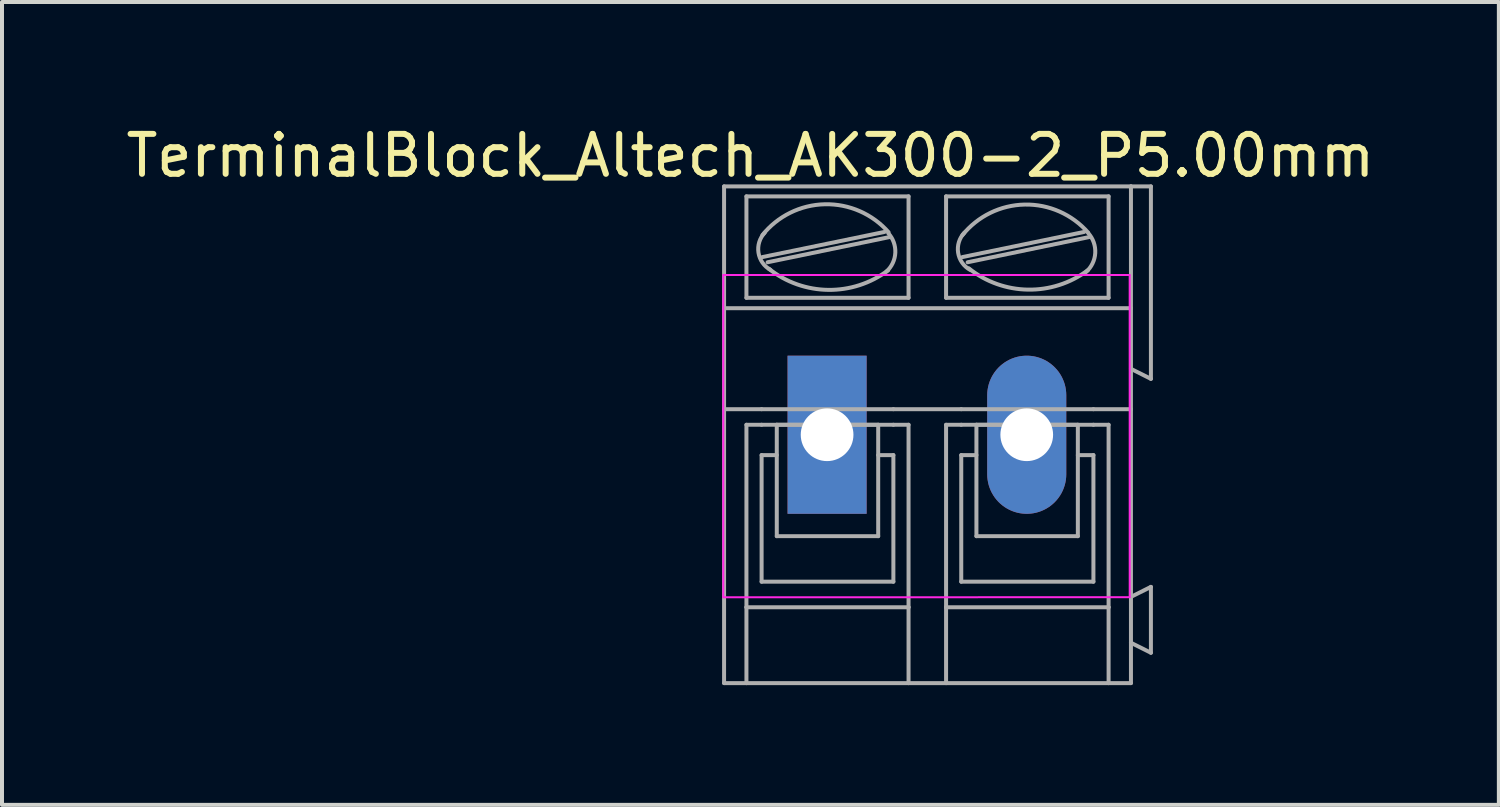
<source format=kicad_pcb>
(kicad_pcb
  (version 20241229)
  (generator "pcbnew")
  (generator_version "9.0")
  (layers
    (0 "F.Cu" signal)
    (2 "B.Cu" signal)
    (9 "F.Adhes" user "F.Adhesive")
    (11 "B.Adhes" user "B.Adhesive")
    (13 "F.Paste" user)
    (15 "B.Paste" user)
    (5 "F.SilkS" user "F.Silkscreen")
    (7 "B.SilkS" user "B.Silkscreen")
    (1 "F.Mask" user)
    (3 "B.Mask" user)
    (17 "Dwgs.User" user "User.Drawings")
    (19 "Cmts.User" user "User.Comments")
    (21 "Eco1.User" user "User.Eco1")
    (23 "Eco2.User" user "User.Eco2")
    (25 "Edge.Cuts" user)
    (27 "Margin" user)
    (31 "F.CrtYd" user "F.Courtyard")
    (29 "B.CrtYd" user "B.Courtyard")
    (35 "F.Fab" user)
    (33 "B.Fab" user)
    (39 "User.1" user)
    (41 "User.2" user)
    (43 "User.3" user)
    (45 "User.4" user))
  (footprint "TerminalBlock_Altech_AK300-2_P5.00mm"
    (layer "F.Cu")
    (at 17.664 7.838)
    (property "Reference" "TerminalBlock_Altech_AK300-2_P5.00mm" (at -1.92 -6.99 0) (layer "F.SilkS") (effects (font (size 1 1) (thickness 0.15))))
    (attr through_hole)
    (fp_line (start -2.6 -4) (end -2.6 4.07) (stroke (width 0.05) (type solid)) (layer "F.CrtYd"))
    (fp_line (start -2.6 -4) (end 7.579 -4) (stroke (width 0.05) (type solid)) (layer "F.CrtYd"))
    (fp_line (start 7.58 4.069) (end -2.6 4.07) (stroke (width 0.05) (type solid)) (layer "F.CrtYd"))
    (fp_line (start 7.58 4.069) (end 7.579 -4) (stroke (width 0.05) (type solid)) (layer "F.CrtYd"))
    (fp_line (start -2.58 -3.17) (end -2.58 -6.22) (stroke (width 0.1) (type solid)) (layer "F.Fab"))
    (fp_line (start -2.58 -3.17) (end 7.61 -3.17) (stroke (width 0.1) (type solid)) (layer "F.Fab"))
    (fp_line (start -2.58 -0.64) (end -2.58 -3.17) (stroke (width 0.1) (type solid)) (layer "F.Fab"))
    (fp_line (start -2.58 -0.64) (end -1.64 -0.64) (stroke (width 0.1) (type solid)) (layer "F.Fab"))
    (fp_line (start -2.58 6.22) (end -2.58 -0.64) (stroke (width 0.1) (type solid)) (layer "F.Fab"))
    (fp_line (start -2.58 6.22) (end -2.02 6.22) (stroke (width 0.1) (type solid)) (layer "F.Fab"))
    (fp_line (start -2.02 -3.43) (end -2.02 -5.97) (stroke (width 0.1) (type solid)) (layer "F.Fab"))
    (fp_line (start -2.02 -0.25) (end -2.02 4.32) (stroke (width 0.1) (type solid)) (layer "F.Fab"))
    (fp_line (start -2.02 -0.25) (end -1.64 -0.25) (stroke (width 0.1) (type solid)) (layer "F.Fab"))
    (fp_line (start -2.02 4.32) (end -2.02 6.22) (stroke (width 0.1) (type solid)) (layer "F.Fab"))
    (fp_line (start -2.02 6.22) (end 2.04 6.22) (stroke (width 0.1) (type solid)) (layer "F.Fab"))
    (fp_line (start -1.64 -0.64) (end 1.66 -0.64) (stroke (width 0.1) (type solid)) (layer "F.Fab"))
    (fp_line (start -1.64 0.51) (end -1.26 0.51) (stroke (width 0.1) (type solid)) (layer "F.Fab"))
    (fp_line (start -1.64 3.68) (end -1.64 0.51) (stroke (width 0.1) (type solid)) (layer "F.Fab"))
    (fp_line (start -1.62 -4.45) (end 1.44 -5.08) (stroke (width 0.1) (type solid)) (layer "F.Fab"))
    (fp_line (start -1.49 -4.32) (end 1.56 -4.95) (stroke (width 0.1) (type solid)) (layer "F.Fab"))
    (fp_line (start -1.26 -0.25) (end 1.28 -0.25) (stroke (width 0.1) (type solid)) (layer "F.Fab"))
    (fp_line (start -1.26 2.54) (end -1.26 -0.25) (stroke (width 0.1) (type solid)) (layer "F.Fab"))
    (fp_line (start -1.26 2.54) (end 1.28 2.54) (stroke (width 0.1) (type solid)) (layer "F.Fab"))
    (fp_line (start 1.28 2.54) (end 1.28 -0.25) (stroke (width 0.1) (type solid)) (layer "F.Fab"))
    (fp_line (start 1.66 -0.64) (end 3.36 -0.64) (stroke (width 0.1) (type solid)) (layer "F.Fab"))
    (fp_line (start 1.66 -0.25) (end -1.64 -0.25) (stroke (width 0.1) (type solid)) (layer "F.Fab"))
    (fp_line (start 1.66 0.51) (end 1.28 0.51) (stroke (width 0.1) (type solid)) (layer "F.Fab"))
    (fp_line (start 1.66 3.68) (end -1.64 3.68) (stroke (width 0.1) (type solid)) (layer "F.Fab"))
    (fp_line (start 1.66 3.68) (end 1.66 0.51) (stroke (width 0.1) (type solid)) (layer "F.Fab"))
    (fp_line (start 2.04 -5.97) (end -2.02 -5.97) (stroke (width 0.1) (type solid)) (layer "F.Fab"))
    (fp_line (start 2.04 -3.43) (end -2.02 -3.43) (stroke (width 0.1) (type solid)) (layer "F.Fab"))
    (fp_line (start 2.04 -3.43) (end 2.04 -5.97) (stroke (width 0.1) (type solid)) (layer "F.Fab"))
    (fp_line (start 2.04 -0.25) (end 1.66 -0.25) (stroke (width 0.1) (type solid)) (layer "F.Fab"))
    (fp_line (start 2.04 4.32) (end -2.02 4.32) (stroke (width 0.1) (type solid)) (layer "F.Fab"))
    (fp_line (start 2.04 4.32) (end 2.04 -0.25) (stroke (width 0.1) (type solid)) (layer "F.Fab"))
    (fp_line (start 2.04 6.22) (end 2.04 4.32) (stroke (width 0.1) (type solid)) (layer "F.Fab"))
    (fp_line (start 2.04 6.22) (end 2.98 6.22) (stroke (width 0.1) (type solid)) (layer "F.Fab"))
    (fp_line (start 2.98 -5.97) (end 7.05 -5.97) (stroke (width 0.1) (type solid)) (layer "F.Fab"))
    (fp_line (start 2.98 -3.43) (end 2.98 -5.97) (stroke (width 0.1) (type solid)) (layer "F.Fab"))
    (fp_line (start 2.98 -0.25) (end 3.36 -0.25) (stroke (width 0.1) (type solid)) (layer "F.Fab"))
    (fp_line (start 2.98 4.32) (end 2.98 -0.25) (stroke (width 0.1) (type solid)) (layer "F.Fab"))
    (fp_line (start 2.98 4.32) (end 7.05 4.32) (stroke (width 0.1) (type solid)) (layer "F.Fab"))
    (fp_line (start 2.98 6.22) (end 2.98 4.32) (stroke (width 0.1) (type solid)) (layer "F.Fab"))
    (fp_line (start 2.98 6.22) (end 7.05 6.22) (stroke (width 0.1) (type solid)) (layer "F.Fab"))
    (fp_line (start 3.36 -0.25) (end 6.67 -0.25) (stroke (width 0.1) (type solid)) (layer "F.Fab"))
    (fp_line (start 3.36 0.51) (end 3.74 0.51) (stroke (width 0.1) (type solid)) (layer "F.Fab"))
    (fp_line (start 3.36 3.68) (end 3.36 0.51) (stroke (width 0.1) (type solid)) (layer "F.Fab"))
    (fp_line (start 3.39 -4.45) (end 6.44 -5.08) (stroke (width 0.1) (type solid)) (layer "F.Fab"))
    (fp_line (start 3.52 -4.32) (end 6.56 -4.95) (stroke (width 0.1) (type solid)) (layer "F.Fab"))
    (fp_line (start 3.74 -0.25) (end 6.28 -0.25) (stroke (width 0.1) (type solid)) (layer "F.Fab"))
    (fp_line (start 3.74 2.54) (end 3.74 -0.25) (stroke (width 0.1) (type solid)) (layer "F.Fab"))
    (fp_line (start 3.74 2.54) (end 6.28 2.54) (stroke (width 0.1) (type solid)) (layer "F.Fab"))
    (fp_line (start 6.28 2.54) (end 6.28 -0.25) (stroke (width 0.1) (type solid)) (layer "F.Fab"))
    (fp_line (start 6.67 -0.64) (end 3.36 -0.64) (stroke (width 0.1) (type solid)) (layer "F.Fab"))
    (fp_line (start 6.67 0.51) (end 6.28 0.51) (stroke (width 0.1) (type solid)) (layer "F.Fab"))
    (fp_line (start 6.67 3.68) (end 3.36 3.68) (stroke (width 0.1) (type solid)) (layer "F.Fab"))
    (fp_line (start 6.67 3.68) (end 6.67 0.51) (stroke (width 0.1) (type solid)) (layer "F.Fab"))
    (fp_line (start 7.05 -5.97) (end 7.05 -3.43) (stroke (width 0.1) (type solid)) (layer "F.Fab"))
    (fp_line (start 7.05 -3.43) (end 2.98 -3.43) (stroke (width 0.1) (type solid)) (layer "F.Fab"))
    (fp_line (start 7.05 -0.25) (end 6.67 -0.25) (stroke (width 0.1) (type solid)) (layer "F.Fab"))
    (fp_line (start 7.05 -0.25) (end 7.05 4.32) (stroke (width 0.1) (type solid)) (layer "F.Fab"))
    (fp_line (start 7.05 4.32) (end 7.05 6.22) (stroke (width 0.1) (type solid)) (layer "F.Fab"))
    (fp_line (start 7.05 6.22) (end 7.61 6.22) (stroke (width 0.1) (type solid)) (layer "F.Fab"))
    (fp_line (start 7.61 -6.22) (end -2.58 -6.22) (stroke (width 0.1) (type solid)) (layer "F.Fab"))
    (fp_line (start 7.61 -6.22) (end 7.61 -3.17) (stroke (width 0.1) (type solid)) (layer "F.Fab"))
    (fp_line (start 7.61 -6.22) (end 8.11 -6.22) (stroke (width 0.1) (type solid)) (layer "F.Fab"))
    (fp_line (start 7.61 -3.17) (end 7.61 -1.65) (stroke (width 0.1) (type solid)) (layer "F.Fab"))
    (fp_line (start 7.61 -1.65) (end 7.61 -0.64) (stroke (width 0.1) (type solid)) (layer "F.Fab"))
    (fp_line (start 7.61 -0.64) (end 6.67 -0.64) (stroke (width 0.1) (type solid)) (layer "F.Fab"))
    (fp_line (start 7.61 -0.64) (end 7.61 4.06) (stroke (width 0.1) (type solid)) (layer "F.Fab"))
    (fp_line (start 7.61 4.06) (end 7.61 5.21) (stroke (width 0.1) (type solid)) (layer "F.Fab"))
    (fp_line (start 7.61 5.21) (end 7.61 6.22) (stroke (width 0.1) (type solid)) (layer "F.Fab"))
    (fp_line (start 8.11 -6.22) (end 8.11 -1.4) (stroke (width 0.1) (type solid)) (layer "F.Fab"))
    (fp_line (start 8.11 -1.4) (end 7.61 -1.65) (stroke (width 0.1) (type solid)) (layer "F.Fab"))
    (fp_line (start 8.11 3.81) (end 7.61 4.06) (stroke (width 0.1) (type solid)) (layer "F.Fab"))
    (fp_line (start 8.11 3.81) (end 8.11 5.46) (stroke (width 0.1) (type solid)) (layer "F.Fab"))
    (fp_line (start 8.11 5.46) (end 7.61 5.21) (stroke (width 0.1) (type solid)) (layer "F.Fab"))
    (fp_arc (start -1.62 -5) (mid -0.05669 -5.772528) (end 1.539976 -5.071534) (stroke (width 0.1) (type solid)) (layer "F.Fab"))
    (fp_arc (start -1.42 -4.13) (mid -1.718466 -4.559406) (end -1.562972 -5.058699) (stroke (width 0.1) (type solid)) (layer "F.Fab"))
    (fp_arc (start 1.53 -5.05) (mid 1.708693 -4.558754) (end 1.485619 -4.086005) (stroke (width 0.1) (type solid)) (layer "F.Fab"))
    (fp_arc (start 1.53 -4.12) (mid 0.02849 -3.628196) (end -1.459829 -4.158582) (stroke (width 0.1) (type solid)) (layer "F.Fab"))
    (fp_arc (start 3.39 -5) (mid 4.949737 -5.764867) (end 6.538239 -5.061686) (stroke (width 0.1) (type solid)) (layer "F.Fab"))
    (fp_arc (start 3.58 -4.13) (mid 3.281534 -4.559406) (end 3.437028 -5.058699) (stroke (width 0.1) (type solid)) (layer "F.Fab"))
    (fp_arc (start 6.53 -4.12) (mid 5.030583 -3.634318) (end 3.547667 -4.168263) (stroke (width 0.1) (type solid)) (layer "F.Fab"))
    (fp_arc (start 6.54 -5.05) (mid 6.715733 -4.551652) (end 6.485532 -4.076005) (stroke (width 0.1) (type solid)) (layer "F.Fab"))
    (pad "1" thru_hole rect (at 0 0 180) (size 1.98 3.96) (drill 1.32) (layers "*.Cu" "*.Mask"))
    (pad "2" thru_hole oval (at 5 0 180) (size 1.98 3.96) (drill 1.32) (layers "*.Cu" "*.Mask")))
  (gr_rect
    (start -3 -3)
    (end 34.488 17.108)
    (stroke (width 0.1) (type default))
    (fill no)
    (layer "Edge.Cuts")))
</source>
